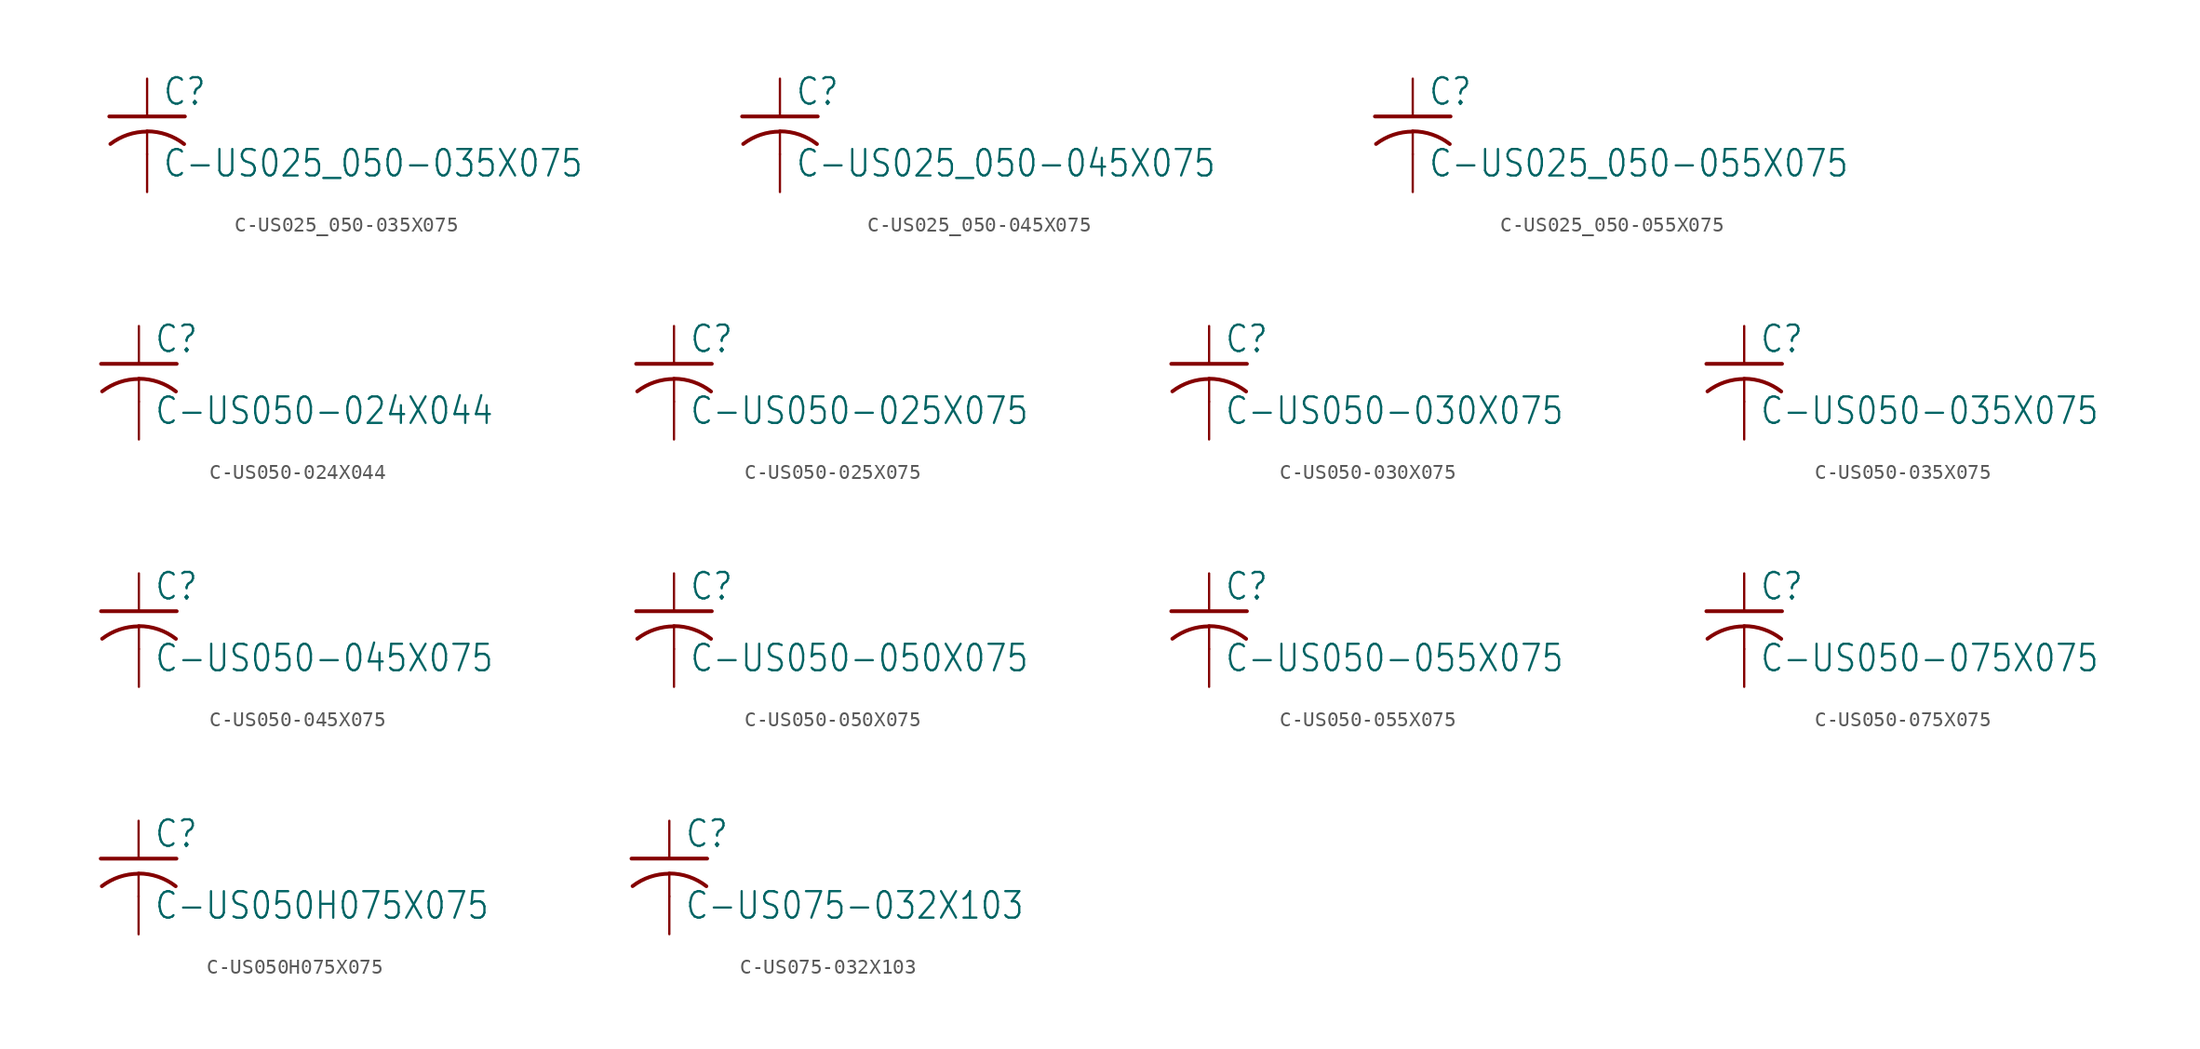
<source format=kicad_sym>
(kicad_symbol_lib
  (version 20220331)
  (generator kicad_symbol_editor)
  (symbol "C-US025_050-035X075"
    (property "Reference" "C"
      (at 1.016 0.635 0)
      (effects (font (size 1.778 1.511)) (justify left bottom)))
    (property "Value" "C-US025_050-035X075"
      (at 1.016 -4.191 0)
      (effects (font (size 1.778 1.511)) (justify left bottom)))
    (property "ki_locked" ""
      (at 0 0 0)
      (effects (font (size 1.27 1.27))))
    (symbol "C-US025_050-035X075_1_0"
      (arc (start 0 -1.0161) (mid -1.302 -1.2303) (end -2.4668 -1.8504) (stroke (width 0.254) (type solid)) (fill (type none)))
      (polyline (pts (xy -2.54 0) (xy 2.54 0)) (stroke (width 0.254) (type solid)) (fill (type none)))
      (polyline (pts (xy 0 -1.016) (xy 0 -2.54)) (stroke (width 0.152) (type solid)) (fill (type none)))
      (arc (start 2.4892 -1.8542) (mid 1.3158 -1.2195) (end 0 -1) (stroke (width 0.254) (type solid)) (fill (type none)))
      (pin passive line (at 0 2.54 270) (length 2.54) (name "1" (effects (font (size 0 0)))) (number "1" (effects (font (size 0 0)))))
      (pin passive line (at 0 -5.08 90) (length 2.54) (name "2" (effects (font (size 0 0)))) (number "2" (effects (font (size 0 0)))))))
  (symbol "C-US025_050-045X075"
    (property "Reference" "C"
      (at 1.016 0.635 0)
      (effects (font (size 1.778 1.511)) (justify left bottom)))
    (property "Value" "C-US025_050-045X075"
      (at 1.016 -4.191 0)
      (effects (font (size 1.778 1.511)) (justify left bottom)))
    (property "ki_locked" ""
      (at 0 0 0)
      (effects (font (size 1.27 1.27))))
    (symbol "C-US025_050-045X075_1_0"
      (arc (start 0 -1.0161) (mid -1.302 -1.2303) (end -2.4668 -1.8504) (stroke (width 0.254) (type solid)) (fill (type none)))
      (polyline (pts (xy -2.54 0) (xy 2.54 0)) (stroke (width 0.254) (type solid)) (fill (type none)))
      (polyline (pts (xy 0 -1.016) (xy 0 -2.54)) (stroke (width 0.152) (type solid)) (fill (type none)))
      (arc (start 2.4892 -1.8542) (mid 1.3158 -1.2195) (end 0 -1) (stroke (width 0.254) (type solid)) (fill (type none)))
      (pin passive line (at 0 2.54 270) (length 2.54) (name "1" (effects (font (size 0 0)))) (number "1" (effects (font (size 0 0)))))
      (pin passive line (at 0 -5.08 90) (length 2.54) (name "2" (effects (font (size 0 0)))) (number "2" (effects (font (size 0 0)))))))
  (symbol "C-US025_050-055X075"
    (property "Reference" "C"
      (at 1.016 0.635 0)
      (effects (font (size 1.778 1.511)) (justify left bottom)))
    (property "Value" "C-US025_050-055X075"
      (at 1.016 -4.191 0)
      (effects (font (size 1.778 1.511)) (justify left bottom)))
    (property "ki_locked" ""
      (at 0 0 0)
      (effects (font (size 1.27 1.27))))
    (symbol "C-US025_050-055X075_1_0"
      (arc (start 0 -1.0161) (mid -1.302 -1.2303) (end -2.4668 -1.8504) (stroke (width 0.254) (type solid)) (fill (type none)))
      (polyline (pts (xy -2.54 0) (xy 2.54 0)) (stroke (width 0.254) (type solid)) (fill (type none)))
      (polyline (pts (xy 0 -1.016) (xy 0 -2.54)) (stroke (width 0.152) (type solid)) (fill (type none)))
      (arc (start 2.4892 -1.8542) (mid 1.3158 -1.2195) (end 0 -1) (stroke (width 0.254) (type solid)) (fill (type none)))
      (pin passive line (at 0 2.54 270) (length 2.54) (name "1" (effects (font (size 0 0)))) (number "1" (effects (font (size 0 0)))))
      (pin passive line (at 0 -5.08 90) (length 2.54) (name "2" (effects (font (size 0 0)))) (number "2" (effects (font (size 0 0)))))))
  (symbol "C-US050-024X044"
    (property "Reference" "C"
      (at 1.016 0.635 0)
      (effects (font (size 1.778 1.511)) (justify left bottom)))
    (property "Value" "C-US050-024X044"
      (at 1.016 -4.191 0)
      (effects (font (size 1.778 1.511)) (justify left bottom)))
    (property "ki_locked" ""
      (at 0 0 0)
      (effects (font (size 1.27 1.27))))
    (symbol "C-US050-024X044_1_0"
      (arc (start 0 -1.0161) (mid -1.302 -1.2303) (end -2.4668 -1.8504) (stroke (width 0.254) (type solid)) (fill (type none)))
      (polyline (pts (xy -2.54 0) (xy 2.54 0)) (stroke (width 0.254) (type solid)) (fill (type none)))
      (polyline (pts (xy 0 -1.016) (xy 0 -2.54)) (stroke (width 0.152) (type solid)) (fill (type none)))
      (arc (start 2.4892 -1.8542) (mid 1.3158 -1.2195) (end 0 -1) (stroke (width 0.254) (type solid)) (fill (type none)))
      (pin passive line (at 0 2.54 270) (length 2.54) (name "1" (effects (font (size 0 0)))) (number "1" (effects (font (size 0 0)))))
      (pin passive line (at 0 -5.08 90) (length 2.54) (name "2" (effects (font (size 0 0)))) (number "2" (effects (font (size 0 0)))))))
  (symbol "C-US050-025X075"
    (property "Reference" "C"
      (at 1.016 0.635 0)
      (effects (font (size 1.778 1.511)) (justify left bottom)))
    (property "Value" "C-US050-025X075"
      (at 1.016 -4.191 0)
      (effects (font (size 1.778 1.511)) (justify left bottom)))
    (property "ki_locked" ""
      (at 0 0 0)
      (effects (font (size 1.27 1.27))))
    (symbol "C-US050-025X075_1_0"
      (arc (start 0 -1.0161) (mid -1.302 -1.2303) (end -2.4668 -1.8504) (stroke (width 0.254) (type solid)) (fill (type none)))
      (polyline (pts (xy -2.54 0) (xy 2.54 0)) (stroke (width 0.254) (type solid)) (fill (type none)))
      (polyline (pts (xy 0 -1.016) (xy 0 -2.54)) (stroke (width 0.152) (type solid)) (fill (type none)))
      (arc (start 2.4892 -1.8542) (mid 1.3158 -1.2195) (end 0 -1) (stroke (width 0.254) (type solid)) (fill (type none)))
      (pin passive line (at 0 2.54 270) (length 2.54) (name "1" (effects (font (size 0 0)))) (number "1" (effects (font (size 0 0)))))
      (pin passive line (at 0 -5.08 90) (length 2.54) (name "2" (effects (font (size 0 0)))) (number "2" (effects (font (size 0 0)))))))
  (symbol "C-US050-030X075"
    (property "Reference" "C"
      (at 1.016 0.635 0)
      (effects (font (size 1.778 1.511)) (justify left bottom)))
    (property "Value" "C-US050-030X075"
      (at 1.016 -4.191 0)
      (effects (font (size 1.778 1.511)) (justify left bottom)))
    (property "ki_locked" ""
      (at 0 0 0)
      (effects (font (size 1.27 1.27))))
    (symbol "C-US050-030X075_1_0"
      (arc (start 0 -1.0161) (mid -1.302 -1.2303) (end -2.4668 -1.8504) (stroke (width 0.254) (type solid)) (fill (type none)))
      (polyline (pts (xy -2.54 0) (xy 2.54 0)) (stroke (width 0.254) (type solid)) (fill (type none)))
      (polyline (pts (xy 0 -1.016) (xy 0 -2.54)) (stroke (width 0.152) (type solid)) (fill (type none)))
      (arc (start 2.4892 -1.8542) (mid 1.3158 -1.2195) (end 0 -1) (stroke (width 0.254) (type solid)) (fill (type none)))
      (pin passive line (at 0 2.54 270) (length 2.54) (name "1" (effects (font (size 0 0)))) (number "1" (effects (font (size 0 0)))))
      (pin passive line (at 0 -5.08 90) (length 2.54) (name "2" (effects (font (size 0 0)))) (number "2" (effects (font (size 0 0)))))))
  (symbol "C-US050-035X075"
    (property "Reference" "C"
      (at 1.016 0.635 0)
      (effects (font (size 1.778 1.511)) (justify left bottom)))
    (property "Value" "C-US050-035X075"
      (at 1.016 -4.191 0)
      (effects (font (size 1.778 1.511)) (justify left bottom)))
    (property "ki_locked" ""
      (at 0 0 0)
      (effects (font (size 1.27 1.27))))
    (symbol "C-US050-035X075_1_0"
      (arc (start 0 -1.0161) (mid -1.302 -1.2303) (end -2.4668 -1.8504) (stroke (width 0.254) (type solid)) (fill (type none)))
      (polyline (pts (xy -2.54 0) (xy 2.54 0)) (stroke (width 0.254) (type solid)) (fill (type none)))
      (polyline (pts (xy 0 -1.016) (xy 0 -2.54)) (stroke (width 0.152) (type solid)) (fill (type none)))
      (arc (start 2.4892 -1.8542) (mid 1.3158 -1.2195) (end 0 -1) (stroke (width 0.254) (type solid)) (fill (type none)))
      (pin passive line (at 0 2.54 270) (length 2.54) (name "1" (effects (font (size 0 0)))) (number "1" (effects (font (size 0 0)))))
      (pin passive line (at 0 -5.08 90) (length 2.54) (name "2" (effects (font (size 0 0)))) (number "2" (effects (font (size 0 0)))))))
  (symbol "C-US050-045X075"
    (property "Reference" "C"
      (at 1.016 0.635 0)
      (effects (font (size 1.778 1.511)) (justify left bottom)))
    (property "Value" "C-US050-045X075"
      (at 1.016 -4.191 0)
      (effects (font (size 1.778 1.511)) (justify left bottom)))
    (property "ki_locked" ""
      (at 0 0 0)
      (effects (font (size 1.27 1.27))))
    (symbol "C-US050-045X075_1_0"
      (arc (start 0 -1.0161) (mid -1.302 -1.2303) (end -2.4668 -1.8504) (stroke (width 0.254) (type solid)) (fill (type none)))
      (polyline (pts (xy -2.54 0) (xy 2.54 0)) (stroke (width 0.254) (type solid)) (fill (type none)))
      (polyline (pts (xy 0 -1.016) (xy 0 -2.54)) (stroke (width 0.152) (type solid)) (fill (type none)))
      (arc (start 2.4892 -1.8542) (mid 1.3158 -1.2195) (end 0 -1) (stroke (width 0.254) (type solid)) (fill (type none)))
      (pin passive line (at 0 2.54 270) (length 2.54) (name "1" (effects (font (size 0 0)))) (number "1" (effects (font (size 0 0)))))
      (pin passive line (at 0 -5.08 90) (length 2.54) (name "2" (effects (font (size 0 0)))) (number "2" (effects (font (size 0 0)))))))
  (symbol "C-US050-050X075"
    (property "Reference" "C"
      (at 1.016 0.635 0)
      (effects (font (size 1.778 1.511)) (justify left bottom)))
    (property "Value" "C-US050-050X075"
      (at 1.016 -4.191 0)
      (effects (font (size 1.778 1.511)) (justify left bottom)))
    (property "ki_locked" ""
      (at 0 0 0)
      (effects (font (size 1.27 1.27))))
    (symbol "C-US050-050X075_1_0"
      (arc (start 0 -1.0161) (mid -1.302 -1.2303) (end -2.4668 -1.8504) (stroke (width 0.254) (type solid)) (fill (type none)))
      (polyline (pts (xy -2.54 0) (xy 2.54 0)) (stroke (width 0.254) (type solid)) (fill (type none)))
      (polyline (pts (xy 0 -1.016) (xy 0 -2.54)) (stroke (width 0.152) (type solid)) (fill (type none)))
      (arc (start 2.4892 -1.8542) (mid 1.3158 -1.2195) (end 0 -1) (stroke (width 0.254) (type solid)) (fill (type none)))
      (pin passive line (at 0 2.54 270) (length 2.54) (name "1" (effects (font (size 0 0)))) (number "1" (effects (font (size 0 0)))))
      (pin passive line (at 0 -5.08 90) (length 2.54) (name "2" (effects (font (size 0 0)))) (number "2" (effects (font (size 0 0)))))))
  (symbol "C-US050-055X075"
    (property "Reference" "C"
      (at 1.016 0.635 0)
      (effects (font (size 1.778 1.511)) (justify left bottom)))
    (property "Value" "C-US050-055X075"
      (at 1.016 -4.191 0)
      (effects (font (size 1.778 1.511)) (justify left bottom)))
    (property "ki_locked" ""
      (at 0 0 0)
      (effects (font (size 1.27 1.27))))
    (symbol "C-US050-055X075_1_0"
      (arc (start 0 -1.0161) (mid -1.302 -1.2303) (end -2.4668 -1.8504) (stroke (width 0.254) (type solid)) (fill (type none)))
      (polyline (pts (xy -2.54 0) (xy 2.54 0)) (stroke (width 0.254) (type solid)) (fill (type none)))
      (polyline (pts (xy 0 -1.016) (xy 0 -2.54)) (stroke (width 0.152) (type solid)) (fill (type none)))
      (arc (start 2.4892 -1.8542) (mid 1.3158 -1.2195) (end 0 -1) (stroke (width 0.254) (type solid)) (fill (type none)))
      (pin passive line (at 0 2.54 270) (length 2.54) (name "1" (effects (font (size 0 0)))) (number "1" (effects (font (size 0 0)))))
      (pin passive line (at 0 -5.08 90) (length 2.54) (name "2" (effects (font (size 0 0)))) (number "2" (effects (font (size 0 0)))))))
  (symbol "C-US050-075X075"
    (property "Reference" "C"
      (at 1.016 0.635 0)
      (effects (font (size 1.778 1.511)) (justify left bottom)))
    (property "Value" "C-US050-075X075"
      (at 1.016 -4.191 0)
      (effects (font (size 1.778 1.511)) (justify left bottom)))
    (property "ki_locked" ""
      (at 0 0 0)
      (effects (font (size 1.27 1.27))))
    (symbol "C-US050-075X075_1_0"
      (arc (start 0 -1.0161) (mid -1.302 -1.2303) (end -2.4668 -1.8504) (stroke (width 0.254) (type solid)) (fill (type none)))
      (polyline (pts (xy -2.54 0) (xy 2.54 0)) (stroke (width 0.254) (type solid)) (fill (type none)))
      (polyline (pts (xy 0 -1.016) (xy 0 -2.54)) (stroke (width 0.152) (type solid)) (fill (type none)))
      (arc (start 2.4892 -1.8542) (mid 1.3158 -1.2195) (end 0 -1) (stroke (width 0.254) (type solid)) (fill (type none)))
      (pin passive line (at 0 2.54 270) (length 2.54) (name "1" (effects (font (size 0 0)))) (number "1" (effects (font (size 0 0)))))
      (pin passive line (at 0 -5.08 90) (length 2.54) (name "2" (effects (font (size 0 0)))) (number "2" (effects (font (size 0 0)))))))
  (symbol "C-US050H075X075"
    (property "Reference" "C"
      (at 1.016 0.635 0)
      (effects (font (size 1.778 1.511)) (justify left bottom)))
    (property "Value" "C-US050H075X075"
      (at 1.016 -4.191 0)
      (effects (font (size 1.778 1.511)) (justify left bottom)))
    (property "ki_locked" ""
      (at 0 0 0)
      (effects (font (size 1.27 1.27))))
    (symbol "C-US050H075X075_1_0"
      (arc (start 0 -1.0161) (mid -1.302 -1.2303) (end -2.4668 -1.8504) (stroke (width 0.254) (type solid)) (fill (type none)))
      (polyline (pts (xy -2.54 0) (xy 2.54 0)) (stroke (width 0.254) (type solid)) (fill (type none)))
      (polyline (pts (xy 0 -1.016) (xy 0 -2.54)) (stroke (width 0.152) (type solid)) (fill (type none)))
      (arc (start 2.4892 -1.8542) (mid 1.3158 -1.2195) (end 0 -1) (stroke (width 0.254) (type solid)) (fill (type none)))
      (pin passive line (at 0 2.54 270) (length 2.54) (name "1" (effects (font (size 0 0)))) (number "1" (effects (font (size 0 0)))))
      (pin passive line (at 0 -5.08 90) (length 2.54) (name "2" (effects (font (size 0 0)))) (number "2" (effects (font (size 0 0)))))))
  (symbol "C-US075-032X103"
    (property "Reference" "C"
      (at 1.016 0.635 0)
      (effects (font (size 1.778 1.511)) (justify left bottom)))
    (property "Value" "C-US075-032X103"
      (at 1.016 -4.191 0)
      (effects (font (size 1.778 1.511)) (justify left bottom)))
    (property "ki_locked" ""
      (at 0 0 0)
      (effects (font (size 1.27 1.27))))
    (symbol "C-US075-032X103_1_0"
      (arc (start 0 -1.0161) (mid -1.302 -1.2303) (end -2.4668 -1.8504) (stroke (width 0.254) (type solid)) (fill (type none)))
      (polyline (pts (xy -2.54 0) (xy 2.54 0)) (stroke (width 0.254) (type solid)) (fill (type none)))
      (polyline (pts (xy 0 -1.016) (xy 0 -2.54)) (stroke (width 0.152) (type solid)) (fill (type none)))
      (arc (start 2.4892 -1.8542) (mid 1.3158 -1.2195) (end 0 -1) (stroke (width 0.254) (type solid)) (fill (type none)))
      (pin passive line (at 0 2.54 270) (length 2.54) (name "1" (effects (font (size 0 0)))) (number "1" (effects (font (size 0 0)))))
      (pin passive line (at 0 -5.08 90) (length 2.54) (name "2" (effects (font (size 0 0)))) (number "2" (effects (font (size 0 0))))))))
</source>
